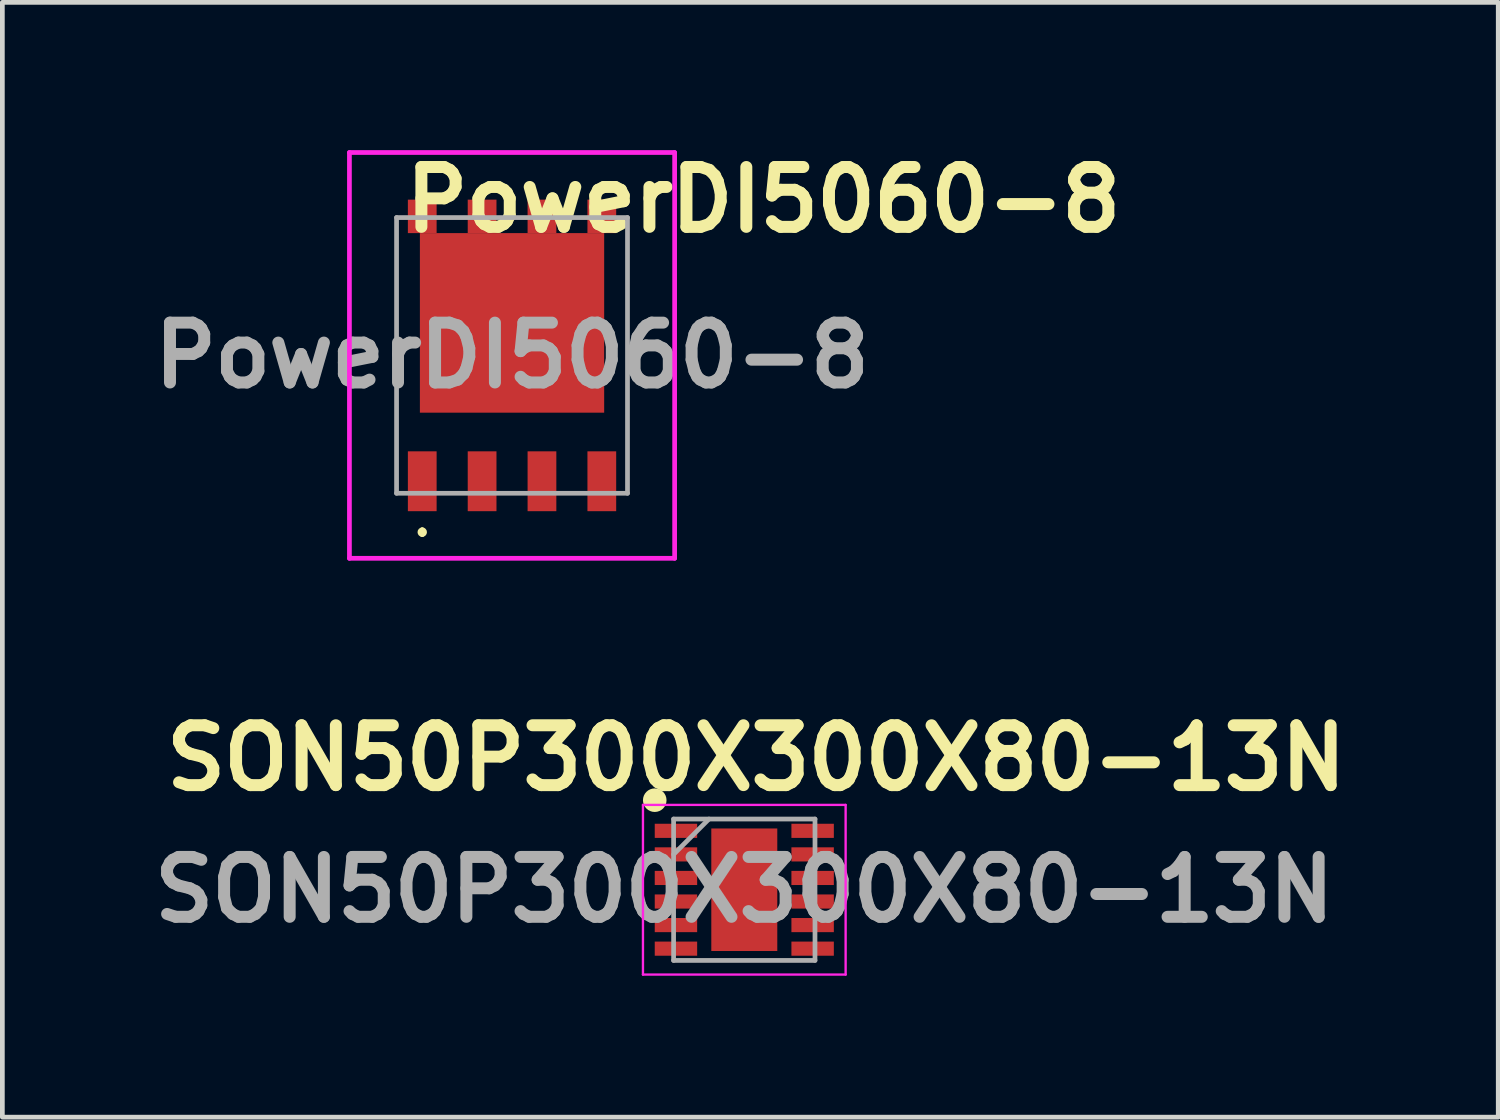
<source format=kicad_pcb>
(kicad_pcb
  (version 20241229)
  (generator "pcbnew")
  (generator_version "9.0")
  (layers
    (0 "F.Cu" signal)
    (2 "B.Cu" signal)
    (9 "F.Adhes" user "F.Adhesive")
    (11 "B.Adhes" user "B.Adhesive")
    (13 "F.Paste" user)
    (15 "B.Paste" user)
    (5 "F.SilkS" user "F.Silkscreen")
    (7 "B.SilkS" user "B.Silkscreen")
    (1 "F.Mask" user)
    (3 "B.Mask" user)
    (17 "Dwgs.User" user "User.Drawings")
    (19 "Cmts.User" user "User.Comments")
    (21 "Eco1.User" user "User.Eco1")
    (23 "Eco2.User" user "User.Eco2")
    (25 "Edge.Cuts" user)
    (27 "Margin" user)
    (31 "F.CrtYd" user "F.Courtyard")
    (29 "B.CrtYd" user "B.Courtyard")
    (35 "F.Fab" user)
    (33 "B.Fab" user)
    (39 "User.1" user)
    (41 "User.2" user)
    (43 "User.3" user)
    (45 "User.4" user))
  (footprint "PowerDI5060-8"
    (layer "F.Cu")
    (at 7.814 4.491)
    (property "Reference" "PowerDI5060-8" (at 5.334 -3.302 0) (layer "F.SilkS") (effects (font (size 1.27 1.27) (thickness 0.254))))
    (attr smd)
    (fp_line (start -1.905 3.7) (end -1.905 3.7) (stroke (width 0.1) (type solid)) (layer "F.SilkS"))
    (fp_line (start -1.905 3.8) (end -1.905 3.8) (stroke (width 0.1) (type solid)) (layer "F.SilkS"))
    (fp_arc (start -1.905 3.7) (mid -1.855 3.75) (end -1.905 3.8) (stroke (width 0.1) (type solid)) (layer "F.SilkS"))
    (fp_arc (start -1.905 3.8) (mid -1.955 3.75) (end -1.905 3.7) (stroke (width 0.1) (type solid)) (layer "F.SilkS"))
    (fp_line (start -3.45 -4.305) (end 3.45 -4.305) (stroke (width 0.1) (type solid)) (layer "F.CrtYd"))
    (fp_line (start -3.45 4.305) (end -3.45 -4.305) (stroke (width 0.1) (type solid)) (layer "F.CrtYd"))
    (fp_line (start 3.45 -4.305) (end 3.45 4.305) (stroke (width 0.1) (type solid)) (layer "F.CrtYd"))
    (fp_line (start 3.45 4.305) (end -3.45 4.305) (stroke (width 0.1) (type solid)) (layer "F.CrtYd"))
    (fp_line (start -2.45 -2.925) (end 2.45 -2.925) (stroke (width 0.1) (type solid)) (layer "F.Fab"))
    (fp_line (start -2.45 2.925) (end -2.45 -2.925) (stroke (width 0.1) (type solid)) (layer "F.Fab"))
    (fp_line (start 2.45 -2.925) (end 2.45 2.925) (stroke (width 0.1) (type solid)) (layer "F.Fab"))
    (fp_line (start 2.45 2.925) (end -2.45 2.925) (stroke (width 0.1) (type solid)) (layer "F.Fab"))
    (fp_text user "${REFERENCE}" (at 0 0 0) (layer "F.Fab") (effects (font (size 1.27 1.27) (thickness 0.254))))
    (pad "1" smd rect (at -1.905 2.67) (size 0.61 1.27) (layers "F.Cu" "F.Mask" "F.Paste"))
    (pad "1" smd rect (at -0.635 2.67) (size 0.61 1.27) (layers "F.Cu" "F.Mask" "F.Paste"))
    (pad "1" smd rect (at 0.635 2.67) (size 0.61 1.27) (layers "F.Cu" "F.Mask" "F.Paste"))
    (pad "2" smd rect (at 1.905 2.67) (size 0.61 1.27) (layers "F.Cu" "F.Mask" "F.Paste"))
    (pad "3" smd rect (at -1.905 -2.95) (size 0.61 0.71) (layers "F.Cu" "F.Mask" "F.Paste"))
    (pad "3" smd rect (at -0.635 -2.95) (size 0.61 0.71) (layers "F.Cu" "F.Mask" "F.Paste"))
    (pad "3" smd rect (at 0 -0.69 90) (size 3.81 3.91) (layers "F.Cu" "F.Mask" "F.Paste"))
    (pad "3" smd rect (at 0.635 -2.95) (size 0.61 0.71) (layers "F.Cu" "F.Mask" "F.Paste"))
    (pad "3" smd rect (at 1.905 -2.95) (size 0.61 0.71) (layers "F.Cu" "F.Mask" "F.Paste")))
  (footprint "SON50P300X300X80-13N"
    (layer "F.Cu")
    (at 12.742 15.828)
    (property "Reference" "SON50P300X300X80-13N" (at 0.254 -2.794 0) (layer "F.SilkS") (effects (font (size 1.27 1.27) (thickness 0.254))))
    (attr smd)
    (fp_circle (center -1.9 -1.9) (end -1.9 -1.775) (stroke (width 0.25) (type solid)) (fill no) (layer "F.SilkS"))
    (fp_line (start -2.15 -1.8) (end 2.15 -1.8) (stroke (width 0.05) (type solid)) (layer "F.CrtYd"))
    (fp_line (start -2.15 1.8) (end -2.15 -1.8) (stroke (width 0.05) (type solid)) (layer "F.CrtYd"))
    (fp_line (start 2.15 -1.8) (end 2.15 1.8) (stroke (width 0.05) (type solid)) (layer "F.CrtYd"))
    (fp_line (start 2.15 1.8) (end -2.15 1.8) (stroke (width 0.05) (type solid)) (layer "F.CrtYd"))
    (fp_line (start -1.5 -1.5) (end 1.5 -1.5) (stroke (width 0.1) (type solid)) (layer "F.Fab"))
    (fp_line (start -1.5 -0.75) (end -0.75 -1.5) (stroke (width 0.1) (type solid)) (layer "F.Fab"))
    (fp_line (start -1.5 1.5) (end -1.5 -1.5) (stroke (width 0.1) (type solid)) (layer "F.Fab"))
    (fp_line (start 1.5 -1.5) (end 1.5 1.5) (stroke (width 0.1) (type solid)) (layer "F.Fab"))
    (fp_line (start 1.5 1.5) (end -1.5 1.5) (stroke (width 0.1) (type solid)) (layer "F.Fab"))
    (fp_text user "${REFERENCE}" (at 0 0 0) (layer "F.Fab") (effects (font (size 1.27 1.27) (thickness 0.254))))
    (pad "1" smd rect (at -1.45 -1.25 90) (size 0.3 0.9) (layers "F.Cu" "F.Mask" "F.Paste"))
    (pad "2" smd rect (at -1.45 -0.75 90) (size 0.3 0.9) (layers "F.Cu" "F.Mask" "F.Paste"))
    (pad "3" smd rect (at -1.45 -0.25 90) (size 0.3 0.9) (layers "F.Cu" "F.Mask" "F.Paste"))
    (pad "4" smd rect (at -1.45 0.25 90) (size 0.3 0.9) (layers "F.Cu" "F.Mask" "F.Paste"))
    (pad "5" smd rect (at -1.45 0.75 90) (size 0.3 0.9) (layers "F.Cu" "F.Mask" "F.Paste"))
    (pad "6" smd rect (at -1.45 1.25 90) (size 0.3 0.9) (layers "F.Cu" "F.Mask" "F.Paste"))
    (pad "7" smd rect (at 1.45 1.25 90) (size 0.3 0.9) (layers "F.Cu" "F.Mask" "F.Paste"))
    (pad "8" smd rect (at 1.45 0.75 90) (size 0.3 0.9) (layers "F.Cu" "F.Mask" "F.Paste"))
    (pad "9" smd rect (at 1.45 0.25 90) (size 0.3 0.9) (layers "F.Cu" "F.Mask" "F.Paste"))
    (pad "10" smd rect (at 1.45 -0.25 90) (size 0.3 0.9) (layers "F.Cu" "F.Mask" "F.Paste"))
    (pad "11" smd rect (at 1.45 -0.75 90) (size 0.3 0.9) (layers "F.Cu" "F.Mask" "F.Paste"))
    (pad "12" smd rect (at 1.45 -1.25 90) (size 0.3 0.9) (layers "F.Cu" "F.Mask" "F.Paste"))
    (pad "13" smd rect (at 0 0) (size 1.4 2.6) (layers "F.Cu" "F.Mask" "F.Paste")))
  (gr_rect
    (start -3 -3)
    (end 28.739 20.653)
    (stroke (width 0.1) (type default))
    (fill no)
    (layer "Edge.Cuts")))
</source>
